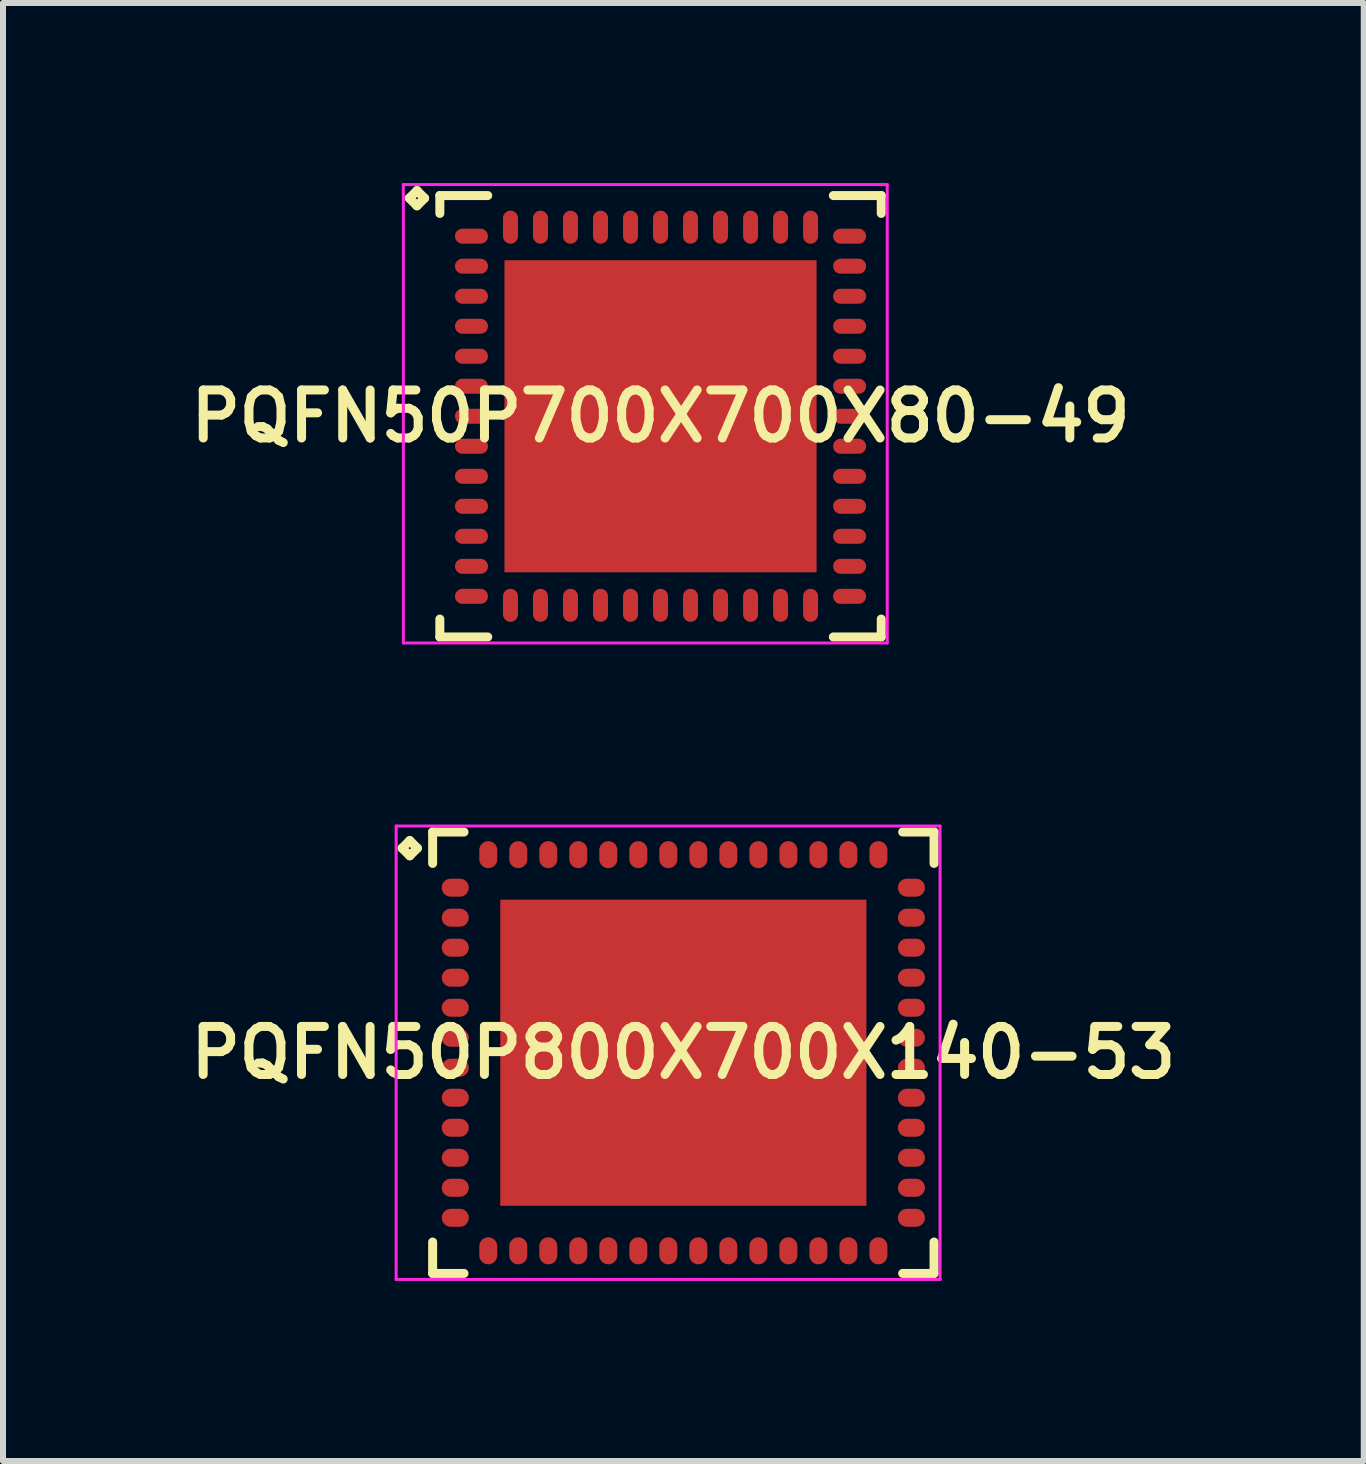
<source format=kicad_pcb>
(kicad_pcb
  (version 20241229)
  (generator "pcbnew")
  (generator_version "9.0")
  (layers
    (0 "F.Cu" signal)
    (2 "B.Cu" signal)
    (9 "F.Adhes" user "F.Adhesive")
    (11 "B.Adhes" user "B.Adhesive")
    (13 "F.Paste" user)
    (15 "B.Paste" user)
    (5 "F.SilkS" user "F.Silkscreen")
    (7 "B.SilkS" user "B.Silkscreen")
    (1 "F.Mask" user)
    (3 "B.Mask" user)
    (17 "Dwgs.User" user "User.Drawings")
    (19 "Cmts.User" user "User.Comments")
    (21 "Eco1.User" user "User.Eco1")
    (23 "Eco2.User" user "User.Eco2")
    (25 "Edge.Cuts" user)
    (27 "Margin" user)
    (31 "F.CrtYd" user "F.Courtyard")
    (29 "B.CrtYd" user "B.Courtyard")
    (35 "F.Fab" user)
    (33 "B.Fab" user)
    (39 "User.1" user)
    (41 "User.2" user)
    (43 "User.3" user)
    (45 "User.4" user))
  (footprint "PQFN50P800X700X140-53"
    (layer "F.Cu")
    (at 8.335 14.489)
    (property "Reference" "PQFN50P800X700X140-53" (at 0 0 0) (layer "F.SilkS") (effects (font (size 0.8 0.8) (thickness 0.15))))
    (attr smd)
    (fp_line (start -4.685 -3.408) (end -4.558 -3.535) (stroke (width 0.15) (type solid)) (layer "F.SilkS"))
    (fp_line (start -4.558 -3.535) (end -4.431 -3.408) (stroke (width 0.15) (type solid)) (layer "F.SilkS"))
    (fp_line (start -4.558 -3.281) (end -4.685 -3.408) (stroke (width 0.15) (type solid)) (layer "F.SilkS"))
    (fp_line (start -4.431 -3.408) (end -4.558 -3.281) (stroke (width 0.15) (type solid)) (layer "F.SilkS"))
    (fp_line (start -4.177 -3.677) (end -3.654 -3.677) (stroke (width 0.15) (type solid)) (layer "F.SilkS"))
    (fp_line (start -4.177 -3.154) (end -4.177 -3.677) (stroke (width 0.15) (type solid)) (layer "F.SilkS"))
    (fp_line (start -4.177 3.154) (end -4.177 3.677) (stroke (width 0.15) (type solid)) (layer "F.SilkS"))
    (fp_line (start -4.177 3.677) (end -3.654 3.677) (stroke (width 0.15) (type solid)) (layer "F.SilkS"))
    (fp_line (start 3.654 -3.677) (end 4.177 -3.677) (stroke (width 0.15) (type solid)) (layer "F.SilkS"))
    (fp_line (start 3.654 3.677) (end 4.177 3.677) (stroke (width 0.15) (type solid)) (layer "F.SilkS"))
    (fp_line (start 4.177 -3.677) (end 4.177 -3.154) (stroke (width 0.15) (type solid)) (layer "F.SilkS"))
    (fp_line (start 4.177 3.677) (end 4.177 3.154) (stroke (width 0.15) (type solid)) (layer "F.SilkS"))
    (fp_line (start -4.785 -3.777) (end 4.277 -3.777) (stroke (width 0.05) (type solid)) (layer "F.CrtYd"))
    (fp_line (start -4.785 3.777) (end -4.785 -3.777) (stroke (width 0.05) (type solid)) (layer "F.CrtYd"))
    (fp_line (start 4.277 -3.777) (end 4.277 3.777) (stroke (width 0.05) (type solid)) (layer "F.CrtYd"))
    (fp_line (start 4.277 3.777) (end -4.785 3.777) (stroke (width 0.05) (type solid)) (layer "F.CrtYd"))
    (pad "1" smd oval (at -3.8 -2.75) (size 0.45 0.3) (layers "F.Cu" "F.Mask" "F.Paste"))
    (pad "2" smd oval (at -3.8 -2.25) (size 0.45 0.3) (layers "F.Cu" "F.Mask" "F.Paste"))
    (pad "3" smd oval (at -3.8 -1.75) (size 0.45 0.3) (layers "F.Cu" "F.Mask" "F.Paste"))
    (pad "4" smd oval (at -3.8 -1.25) (size 0.45 0.3) (layers "F.Cu" "F.Mask" "F.Paste"))
    (pad "5" smd oval (at -3.8 -0.75) (size 0.45 0.3) (layers "F.Cu" "F.Mask" "F.Paste"))
    (pad "6" smd oval (at -3.8 -0.25) (size 0.45 0.3) (layers "F.Cu" "F.Mask" "F.Paste"))
    (pad "7" smd oval (at -3.8 0.25) (size 0.45 0.3) (layers "F.Cu" "F.Mask" "F.Paste"))
    (pad "8" smd oval (at -3.8 0.75) (size 0.45 0.3) (layers "F.Cu" "F.Mask" "F.Paste"))
    (pad "9" smd oval (at -3.8 1.25) (size 0.45 0.3) (layers "F.Cu" "F.Mask" "F.Paste"))
    (pad "10" smd oval (at -3.8 1.75) (size 0.45 0.3) (layers "F.Cu" "F.Mask" "F.Paste"))
    (pad "11" smd oval (at -3.8 2.25) (size 0.45 0.3) (layers "F.Cu" "F.Mask" "F.Paste"))
    (pad "12" smd oval (at -3.8 2.75) (size 0.45 0.3) (layers "F.Cu" "F.Mask" "F.Paste"))
    (pad "13" smd oval (at -3.25 3.3) (size 0.3 0.45) (layers "F.Cu" "F.Mask" "F.Paste"))
    (pad "14" smd oval (at -2.75 3.3) (size 0.3 0.45) (layers "F.Cu" "F.Mask" "F.Paste"))
    (pad "15" smd oval (at -2.25 3.3) (size 0.3 0.45) (layers "F.Cu" "F.Mask" "F.Paste"))
    (pad "16" smd oval (at -1.75 3.3) (size 0.3 0.45) (layers "F.Cu" "F.Mask" "F.Paste"))
    (pad "17" smd oval (at -1.25 3.3) (size 0.3 0.45) (layers "F.Cu" "F.Mask" "F.Paste"))
    (pad "18" smd oval (at -0.75 3.3) (size 0.3 0.45) (layers "F.Cu" "F.Mask" "F.Paste"))
    (pad "19" smd oval (at -0.25 3.3) (size 0.3 0.45) (layers "F.Cu" "F.Mask" "F.Paste"))
    (pad "20" smd oval (at 0.25 3.3) (size 0.3 0.45) (layers "F.Cu" "F.Mask" "F.Paste"))
    (pad "21" smd oval (at 0.75 3.3) (size 0.3 0.45) (layers "F.Cu" "F.Mask" "F.Paste"))
    (pad "22" smd oval (at 1.25 3.3) (size 0.3 0.45) (layers "F.Cu" "F.Mask" "F.Paste"))
    (pad "23" smd oval (at 1.75 3.3) (size 0.3 0.45) (layers "F.Cu" "F.Mask" "F.Paste"))
    (pad "24" smd oval (at 2.25 3.3) (size 0.3 0.45) (layers "F.Cu" "F.Mask" "F.Paste"))
    (pad "25" smd oval (at 2.75 3.3) (size 0.3 0.45) (layers "F.Cu" "F.Mask" "F.Paste"))
    (pad "26" smd oval (at 3.25 3.3) (size 0.3 0.45) (layers "F.Cu" "F.Mask" "F.Paste"))
    (pad "27" smd oval (at 3.8 2.75) (size 0.45 0.3) (layers "F.Cu" "F.Mask" "F.Paste"))
    (pad "28" smd oval (at 3.8 2.25) (size 0.45 0.3) (layers "F.Cu" "F.Mask" "F.Paste"))
    (pad "29" smd oval (at 3.8 1.75) (size 0.45 0.3) (layers "F.Cu" "F.Mask" "F.Paste"))
    (pad "30" smd oval (at 3.8 1.25) (size 0.45 0.3) (layers "F.Cu" "F.Mask" "F.Paste"))
    (pad "31" smd oval (at 3.8 0.75) (size 0.45 0.3) (layers "F.Cu" "F.Mask" "F.Paste"))
    (pad "32" smd oval (at 3.8 0.25) (size 0.45 0.3) (layers "F.Cu" "F.Mask" "F.Paste"))
    (pad "33" smd oval (at 3.8 -0.25) (size 0.45 0.3) (layers "F.Cu" "F.Mask" "F.Paste"))
    (pad "34" smd oval (at 3.8 -0.75) (size 0.45 0.3) (layers "F.Cu" "F.Mask" "F.Paste"))
    (pad "35" smd oval (at 3.8 -1.25) (size 0.45 0.3) (layers "F.Cu" "F.Mask" "F.Paste"))
    (pad "36" smd oval (at 3.8 -1.75) (size 0.45 0.3) (layers "F.Cu" "F.Mask" "F.Paste"))
    (pad "37" smd oval (at 3.8 -2.25) (size 0.45 0.3) (layers "F.Cu" "F.Mask" "F.Paste"))
    (pad "38" smd oval (at 3.8 -2.75) (size 0.45 0.3) (layers "F.Cu" "F.Mask" "F.Paste"))
    (pad "39" smd oval (at 3.25 -3.3) (size 0.3 0.45) (layers "F.Cu" "F.Mask" "F.Paste"))
    (pad "40" smd oval (at 2.75 -3.3) (size 0.3 0.45) (layers "F.Cu" "F.Mask" "F.Paste"))
    (pad "41" smd oval (at 2.25 -3.3) (size 0.3 0.45) (layers "F.Cu" "F.Mask" "F.Paste"))
    (pad "42" smd oval (at 1.75 -3.3) (size 0.3 0.45) (layers "F.Cu" "F.Mask" "F.Paste"))
    (pad "43" smd oval (at 1.25 -3.3) (size 0.3 0.45) (layers "F.Cu" "F.Mask" "F.Paste"))
    (pad "44" smd oval (at 0.75 -3.3) (size 0.3 0.45) (layers "F.Cu" "F.Mask" "F.Paste"))
    (pad "45" smd oval (at 0.25 -3.3) (size 0.3 0.45) (layers "F.Cu" "F.Mask" "F.Paste"))
    (pad "46" smd oval (at -0.25 -3.3) (size 0.3 0.45) (layers "F.Cu" "F.Mask" "F.Paste"))
    (pad "47" smd oval (at -0.75 -3.3) (size 0.3 0.45) (layers "F.Cu" "F.Mask" "F.Paste"))
    (pad "48" smd oval (at -1.25 -3.3) (size 0.3 0.45) (layers "F.Cu" "F.Mask" "F.Paste"))
    (pad "49" smd oval (at -1.75 -3.3) (size 0.3 0.45) (layers "F.Cu" "F.Mask" "F.Paste"))
    (pad "50" smd oval (at -2.25 -3.3) (size 0.3 0.45) (layers "F.Cu" "F.Mask" "F.Paste"))
    (pad "51" smd oval (at -2.75 -3.3) (size 0.3 0.45) (layers "F.Cu" "F.Mask" "F.Paste"))
    (pad "52" smd oval (at -3.25 -3.3) (size 0.3 0.45) (layers "F.Cu" "F.Mask" "F.Paste"))
    (pad "53" smd rect (at 0 0) (size 6.1 5.1) (layers "F.Cu" "F.Mask" "F.Paste")))
  (footprint "PQFN50P700X700X80-49"
    (layer "F.Cu")
    (at 7.955 3.885)
    (property "Reference" "PQFN50P700X700X80-49" (at 0 0 0) (layer "F.SilkS") (effects (font (size 0.8 0.8) (thickness 0.15))))
    (attr smd)
    (fp_line (start -4.185 -3.633) (end -4.058 -3.76) (stroke (width 0.15) (type solid)) (layer "F.SilkS"))
    (fp_line (start -4.058 -3.76) (end -3.931 -3.633) (stroke (width 0.15) (type solid)) (layer "F.SilkS"))
    (fp_line (start -4.058 -3.506) (end -4.185 -3.633) (stroke (width 0.15) (type solid)) (layer "F.SilkS"))
    (fp_line (start -3.931 -3.633) (end -4.058 -3.506) (stroke (width 0.15) (type solid)) (layer "F.SilkS"))
    (fp_line (start -3.677 -3.677) (end -2.879 -3.677) (stroke (width 0.15) (type solid)) (layer "F.SilkS"))
    (fp_line (start -3.677 -3.379) (end -3.677 -3.677) (stroke (width 0.15) (type solid)) (layer "F.SilkS"))
    (fp_line (start -3.677 3.379) (end -3.677 3.677) (stroke (width 0.15) (type solid)) (layer "F.SilkS"))
    (fp_line (start -3.677 3.677) (end -2.879 3.677) (stroke (width 0.15) (type solid)) (layer "F.SilkS"))
    (fp_line (start 2.879 -3.677) (end 3.677 -3.677) (stroke (width 0.15) (type solid)) (layer "F.SilkS"))
    (fp_line (start 2.879 3.677) (end 3.677 3.677) (stroke (width 0.15) (type solid)) (layer "F.SilkS"))
    (fp_line (start 3.677 -3.677) (end 3.677 -3.379) (stroke (width 0.15) (type solid)) (layer "F.SilkS"))
    (fp_line (start 3.677 3.677) (end 3.677 3.379) (stroke (width 0.15) (type solid)) (layer "F.SilkS"))
    (fp_line (start -4.285 -3.86) (end 3.777 -3.86) (stroke (width 0.05) (type solid)) (layer "F.CrtYd"))
    (fp_line (start -4.285 3.777) (end -4.285 -3.86) (stroke (width 0.05) (type solid)) (layer "F.CrtYd"))
    (fp_line (start 3.777 -3.86) (end 3.777 3.777) (stroke (width 0.05) (type solid)) (layer "F.CrtYd"))
    (fp_line (start 3.777 3.777) (end -4.285 3.777) (stroke (width 0.05) (type solid)) (layer "F.CrtYd"))
    (pad "1" smd oval (at -3.15 -3) (size 0.55 0.25) (layers "F.Cu" "F.Mask" "F.Paste"))
    (pad "2" smd oval (at -3.15 -2.5) (size 0.55 0.25) (layers "F.Cu" "F.Mask" "F.Paste"))
    (pad "3" smd oval (at -3.15 -2) (size 0.55 0.25) (layers "F.Cu" "F.Mask" "F.Paste"))
    (pad "4" smd oval (at -3.15 -1.5) (size 0.55 0.25) (layers "F.Cu" "F.Mask" "F.Paste"))
    (pad "5" smd oval (at -3.15 -1) (size 0.55 0.25) (layers "F.Cu" "F.Mask" "F.Paste"))
    (pad "6" smd oval (at -3.15 -0.5) (size 0.55 0.25) (layers "F.Cu" "F.Mask" "F.Paste"))
    (pad "7" smd oval (at -3.15 0) (size 0.55 0.25) (layers "F.Cu" "F.Mask" "F.Paste"))
    (pad "8" smd oval (at -3.15 0.5) (size 0.55 0.25) (layers "F.Cu" "F.Mask" "F.Paste"))
    (pad "9" smd oval (at -3.15 1) (size 0.55 0.25) (layers "F.Cu" "F.Mask" "F.Paste"))
    (pad "10" smd oval (at -3.15 1.5) (size 0.55 0.25) (layers "F.Cu" "F.Mask" "F.Paste"))
    (pad "11" smd oval (at -3.15 2) (size 0.55 0.25) (layers "F.Cu" "F.Mask" "F.Paste"))
    (pad "12" smd oval (at -3.15 2.5) (size 0.55 0.25) (layers "F.Cu" "F.Mask" "F.Paste"))
    (pad "13" smd oval (at -3.15 3) (size 0.55 0.25) (layers "F.Cu" "F.Mask" "F.Paste"))
    (pad "14" smd oval (at -2.5 3.15) (size 0.25 0.55) (layers "F.Cu" "F.Mask" "F.Paste"))
    (pad "15" smd oval (at -2 3.15) (size 0.25 0.55) (layers "F.Cu" "F.Mask" "F.Paste"))
    (pad "16" smd oval (at -1.5 3.15) (size 0.25 0.55) (layers "F.Cu" "F.Mask" "F.Paste"))
    (pad "17" smd oval (at -1 3.15) (size 0.25 0.55) (layers "F.Cu" "F.Mask" "F.Paste"))
    (pad "18" smd oval (at -0.5 3.15) (size 0.25 0.55) (layers "F.Cu" "F.Mask" "F.Paste"))
    (pad "19" smd oval (at 0 3.15) (size 0.25 0.55) (layers "F.Cu" "F.Mask" "F.Paste"))
    (pad "20" smd oval (at 0.5 3.15) (size 0.25 0.55) (layers "F.Cu" "F.Mask" "F.Paste"))
    (pad "21" smd oval (at 1 3.15) (size 0.25 0.55) (layers "F.Cu" "F.Mask" "F.Paste"))
    (pad "22" smd oval (at 1.5 3.15) (size 0.25 0.55) (layers "F.Cu" "F.Mask" "F.Paste"))
    (pad "23" smd oval (at 2 3.15) (size 0.25 0.55) (layers "F.Cu" "F.Mask" "F.Paste"))
    (pad "24" smd oval (at 2.5 3.15) (size 0.25 0.55) (layers "F.Cu" "F.Mask" "F.Paste"))
    (pad "25" smd oval (at 3.15 3) (size 0.55 0.25) (layers "F.Cu" "F.Mask" "F.Paste"))
    (pad "26" smd oval (at 3.15 2.5) (size 0.55 0.25) (layers "F.Cu" "F.Mask" "F.Paste"))
    (pad "27" smd oval (at 3.15 2) (size 0.55 0.25) (layers "F.Cu" "F.Mask" "F.Paste"))
    (pad "28" smd oval (at 3.15 1.5) (size 0.55 0.25) (layers "F.Cu" "F.Mask" "F.Paste"))
    (pad "29" smd oval (at 3.15 1) (size 0.55 0.25) (layers "F.Cu" "F.Mask" "F.Paste"))
    (pad "30" smd oval (at 3.15 0.5) (size 0.55 0.25) (layers "F.Cu" "F.Mask" "F.Paste"))
    (pad "31" smd oval (at 3.15 0) (size 0.55 0.25) (layers "F.Cu" "F.Mask" "F.Paste"))
    (pad "32" smd oval (at 3.15 -0.5) (size 0.55 0.25) (layers "F.Cu" "F.Mask" "F.Paste"))
    (pad "33" smd oval (at 3.15 -1) (size 0.55 0.25) (layers "F.Cu" "F.Mask" "F.Paste"))
    (pad "34" smd oval (at 3.15 -1.5) (size 0.55 0.25) (layers "F.Cu" "F.Mask" "F.Paste"))
    (pad "35" smd oval (at 3.15 -2) (size 0.55 0.25) (layers "F.Cu" "F.Mask" "F.Paste"))
    (pad "36" smd oval (at 3.15 -2.5) (size 0.55 0.25) (layers "F.Cu" "F.Mask" "F.Paste"))
    (pad "37" smd oval (at 3.15 -3) (size 0.55 0.25) (layers "F.Cu" "F.Mask" "F.Paste"))
    (pad "38" smd oval (at 2.5 -3.15) (size 0.25 0.55) (layers "F.Cu" "F.Mask" "F.Paste"))
    (pad "39" smd oval (at 2 -3.15) (size 0.25 0.55) (layers "F.Cu" "F.Mask" "F.Paste"))
    (pad "40" smd oval (at 1.5 -3.15) (size 0.25 0.55) (layers "F.Cu" "F.Mask" "F.Paste"))
    (pad "41" smd oval (at 1 -3.15) (size 0.25 0.55) (layers "F.Cu" "F.Mask" "F.Paste"))
    (pad "42" smd oval (at 0.5 -3.15) (size 0.25 0.55) (layers "F.Cu" "F.Mask" "F.Paste"))
    (pad "43" smd oval (at 0 -3.15) (size 0.25 0.55) (layers "F.Cu" "F.Mask" "F.Paste"))
    (pad "44" smd oval (at -0.5 -3.15) (size 0.25 0.55) (layers "F.Cu" "F.Mask" "F.Paste"))
    (pad "45" smd oval (at -1 -3.15) (size 0.25 0.55) (layers "F.Cu" "F.Mask" "F.Paste"))
    (pad "46" smd oval (at -1.5 -3.15) (size 0.25 0.55) (layers "F.Cu" "F.Mask" "F.Paste"))
    (pad "47" smd oval (at -2 -3.15) (size 0.25 0.55) (layers "F.Cu" "F.Mask" "F.Paste"))
    (pad "48" smd oval (at -2.5 -3.15) (size 0.25 0.55) (layers "F.Cu" "F.Mask" "F.Paste"))
    (pad "49" smd rect (at 0 0) (size 5.2 5.2) (layers "F.Cu" "F.Mask" "F.Paste")))
  (gr_rect
    (start -3 -3)
    (end 19.671 21.291)
    (stroke (width 0.1) (type default))
    (fill no)
    (layer "Edge.Cuts")))
</source>
